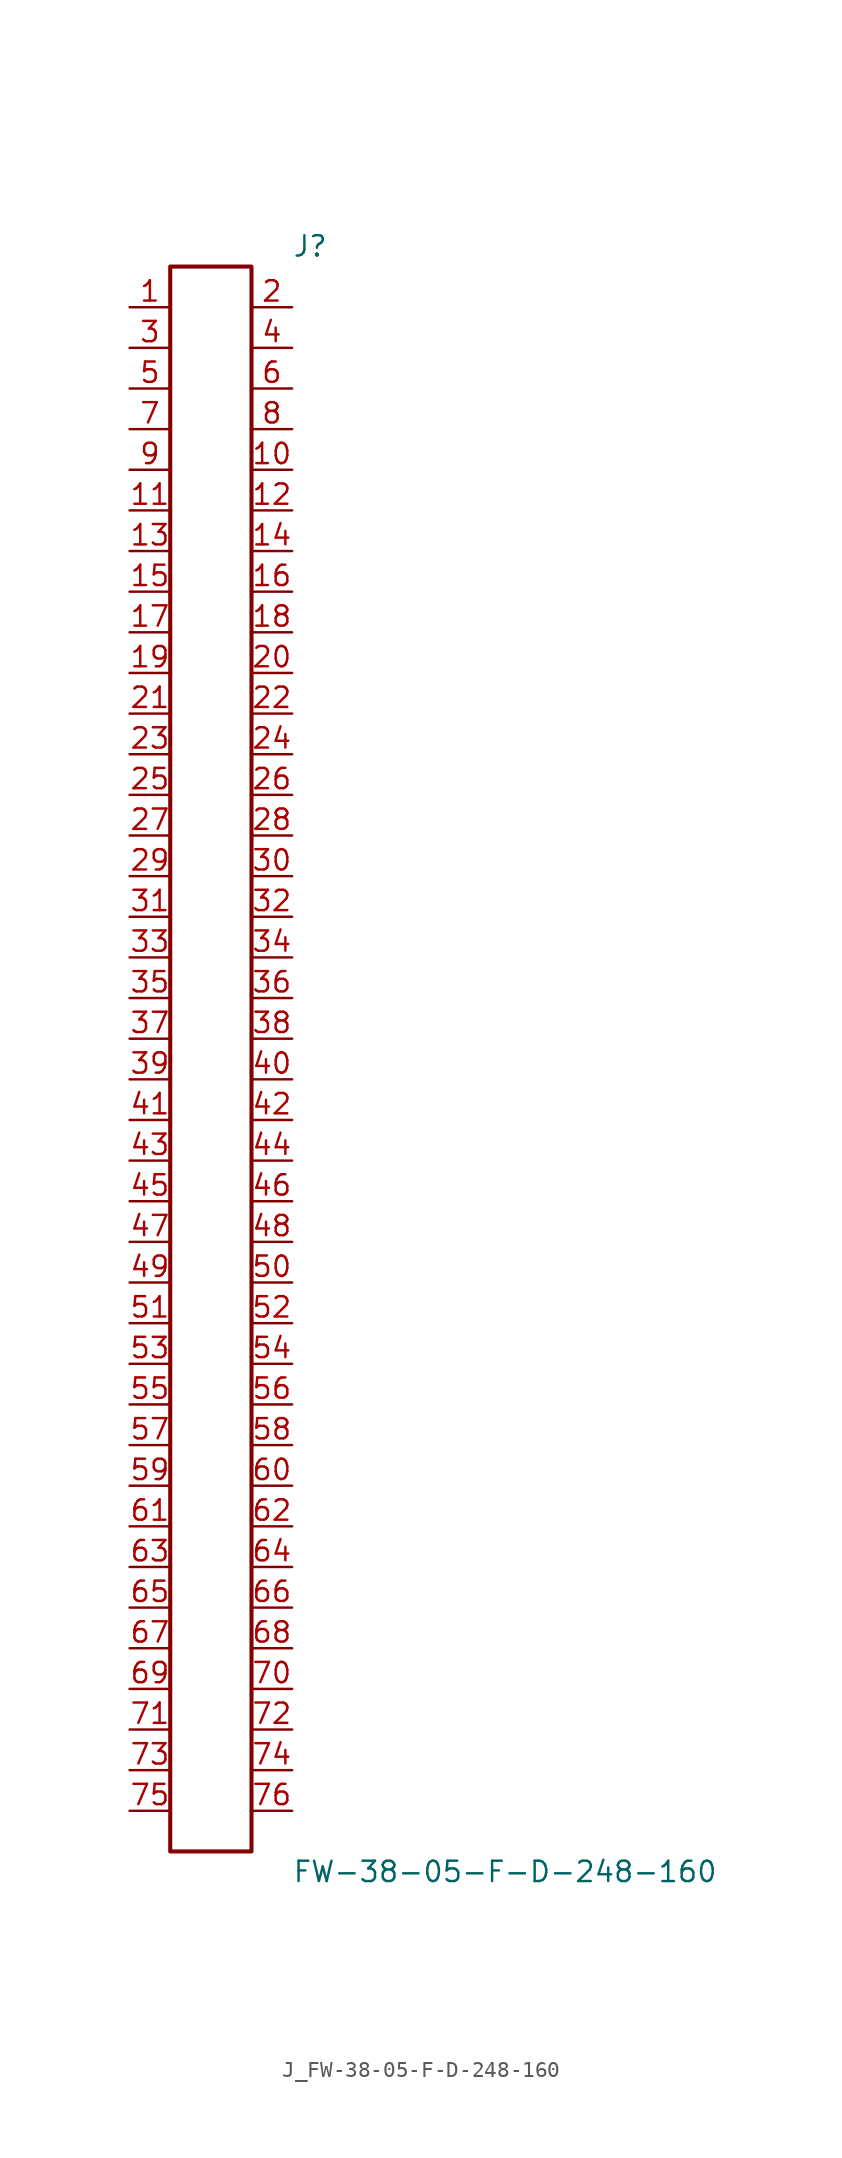
<source format=kicad_sym>
(kicad_symbol_lib
  (version 20231120)
  (generator kicad_symbol_editor)
  (generator_version 8.0)
  (symbol "J_FW-38-05-F-D-248-160"
    (pin_names
      (offset 0.254))
    (property "Reference" "J"
      (at 5.08 50.8 0)
      (effects (font (size 1.27 1.27)) (justify left)))
    (property "Value" "FW-38-05-F-D-248-160"
      (at 5.08 -50.8 0)
      (effects (font (size 1.27 1.27)) (justify left)))
    (symbol "J_FW-38-05-F-D-248-160_0_0"
      (pin passive line (at -5.08 46.99 0) (length 2.54) (name "" (effects (font (size 1.27 1.27)))) (number "1" (effects (font (size 1.27 1.27)))))
      (pin passive line (at 5.08 46.99 180) (length 2.54) (name "" (effects (font (size 1.27 1.27)))) (number "2" (effects (font (size 1.27 1.27)))))
      (pin passive line (at -5.08 44.45 0) (length 2.54) (name "" (effects (font (size 1.27 1.27)))) (number "3" (effects (font (size 1.27 1.27)))))
      (pin passive line (at 5.08 44.45 180) (length 2.54) (name "" (effects (font (size 1.27 1.27)))) (number "4" (effects (font (size 1.27 1.27)))))
      (pin passive line (at -5.08 41.91 0) (length 2.54) (name "" (effects (font (size 1.27 1.27)))) (number "5" (effects (font (size 1.27 1.27)))))
      (pin passive line (at 5.08 41.91 180) (length 2.54) (name "" (effects (font (size 1.27 1.27)))) (number "6" (effects (font (size 1.27 1.27)))))
      (pin passive line (at -5.08 39.37 0) (length 2.54) (name "" (effects (font (size 1.27 1.27)))) (number "7" (effects (font (size 1.27 1.27)))))
      (pin passive line (at 5.08 39.37 180) (length 2.54) (name "" (effects (font (size 1.27 1.27)))) (number "8" (effects (font (size 1.27 1.27)))))
      (pin passive line (at -5.08 36.83 0) (length 2.54) (name "" (effects (font (size 1.27 1.27)))) (number "9" (effects (font (size 1.27 1.27)))))
      (pin passive line (at 5.08 36.83 180) (length 2.54) (name "" (effects (font (size 1.27 1.27)))) (number "10" (effects (font (size 1.27 1.27)))))
      (pin passive line (at -5.08 34.29 0) (length 2.54) (name "" (effects (font (size 1.27 1.27)))) (number "11" (effects (font (size 1.27 1.27)))))
      (pin passive line (at 5.08 34.29 180) (length 2.54) (name "" (effects (font (size 1.27 1.27)))) (number "12" (effects (font (size 1.27 1.27)))))
      (pin passive line (at -5.08 31.75 0) (length 2.54) (name "" (effects (font (size 1.27 1.27)))) (number "13" (effects (font (size 1.27 1.27)))))
      (pin passive line (at 5.08 31.75 180) (length 2.54) (name "" (effects (font (size 1.27 1.27)))) (number "14" (effects (font (size 1.27 1.27)))))
      (pin passive line (at -5.08 29.21 0) (length 2.54) (name "" (effects (font (size 1.27 1.27)))) (number "15" (effects (font (size 1.27 1.27)))))
      (pin passive line (at 5.08 29.21 180) (length 2.54) (name "" (effects (font (size 1.27 1.27)))) (number "16" (effects (font (size 1.27 1.27)))))
      (pin passive line (at -5.08 26.67 0) (length 2.54) (name "" (effects (font (size 1.27 1.27)))) (number "17" (effects (font (size 1.27 1.27)))))
      (pin passive line (at 5.08 26.67 180) (length 2.54) (name "" (effects (font (size 1.27 1.27)))) (number "18" (effects (font (size 1.27 1.27)))))
      (pin passive line (at -5.08 24.13 0) (length 2.54) (name "" (effects (font (size 1.27 1.27)))) (number "19" (effects (font (size 1.27 1.27)))))
      (pin passive line (at 5.08 24.13 180) (length 2.54) (name "" (effects (font (size 1.27 1.27)))) (number "20" (effects (font (size 1.27 1.27)))))
      (pin passive line (at -5.08 21.59 0) (length 2.54) (name "" (effects (font (size 1.27 1.27)))) (number "21" (effects (font (size 1.27 1.27)))))
      (pin passive line (at 5.08 21.59 180) (length 2.54) (name "" (effects (font (size 1.27 1.27)))) (number "22" (effects (font (size 1.27 1.27)))))
      (pin passive line (at -5.08 19.05 0) (length 2.54) (name "" (effects (font (size 1.27 1.27)))) (number "23" (effects (font (size 1.27 1.27)))))
      (pin passive line (at 5.08 19.05 180) (length 2.54) (name "" (effects (font (size 1.27 1.27)))) (number "24" (effects (font (size 1.27 1.27)))))
      (pin passive line (at -5.08 16.51 0) (length 2.54) (name "" (effects (font (size 1.27 1.27)))) (number "25" (effects (font (size 1.27 1.27)))))
      (pin passive line (at 5.08 16.51 180) (length 2.54) (name "" (effects (font (size 1.27 1.27)))) (number "26" (effects (font (size 1.27 1.27)))))
      (pin passive line (at -5.08 13.97 0) (length 2.54) (name "" (effects (font (size 1.27 1.27)))) (number "27" (effects (font (size 1.27 1.27)))))
      (pin passive line (at 5.08 13.97 180) (length 2.54) (name "" (effects (font (size 1.27 1.27)))) (number "28" (effects (font (size 1.27 1.27)))))
      (pin passive line (at -5.08 11.43 0) (length 2.54) (name "" (effects (font (size 1.27 1.27)))) (number "29" (effects (font (size 1.27 1.27)))))
      (pin passive line (at 5.08 11.43 180) (length 2.54) (name "" (effects (font (size 1.27 1.27)))) (number "30" (effects (font (size 1.27 1.27)))))
      (pin passive line (at -5.08 8.89 0) (length 2.54) (name "" (effects (font (size 1.27 1.27)))) (number "31" (effects (font (size 1.27 1.27)))))
      (pin passive line (at 5.08 8.89 180) (length 2.54) (name "" (effects (font (size 1.27 1.27)))) (number "32" (effects (font (size 1.27 1.27)))))
      (pin passive line (at -5.08 6.35 0) (length 2.54) (name "" (effects (font (size 1.27 1.27)))) (number "33" (effects (font (size 1.27 1.27)))))
      (pin passive line (at 5.08 6.35 180) (length 2.54) (name "" (effects (font (size 1.27 1.27)))) (number "34" (effects (font (size 1.27 1.27)))))
      (pin passive line (at -5.08 3.81 0) (length 2.54) (name "" (effects (font (size 1.27 1.27)))) (number "35" (effects (font (size 1.27 1.27)))))
      (pin passive line (at 5.08 3.81 180) (length 2.54) (name "" (effects (font (size 1.27 1.27)))) (number "36" (effects (font (size 1.27 1.27)))))
      (pin passive line (at -5.08 1.27 0) (length 2.54) (name "" (effects (font (size 1.27 1.27)))) (number "37" (effects (font (size 1.27 1.27)))))
      (pin passive line (at 5.08 1.27 180) (length 2.54) (name "" (effects (font (size 1.27 1.27)))) (number "38" (effects (font (size 1.27 1.27)))))
      (pin passive line (at -5.08 -1.27 0) (length 2.54) (name "" (effects (font (size 1.27 1.27)))) (number "39" (effects (font (size 1.27 1.27)))))
      (pin passive line (at 5.08 -1.27 180) (length 2.54) (name "" (effects (font (size 1.27 1.27)))) (number "40" (effects (font (size 1.27 1.27)))))
      (pin passive line (at -5.08 -3.81 0) (length 2.54) (name "" (effects (font (size 1.27 1.27)))) (number "41" (effects (font (size 1.27 1.27)))))
      (pin passive line (at 5.08 -3.81 180) (length 2.54) (name "" (effects (font (size 1.27 1.27)))) (number "42" (effects (font (size 1.27 1.27)))))
      (pin passive line (at -5.08 -6.35 0) (length 2.54) (name "" (effects (font (size 1.27 1.27)))) (number "43" (effects (font (size 1.27 1.27)))))
      (pin passive line (at 5.08 -6.35 180) (length 2.54) (name "" (effects (font (size 1.27 1.27)))) (number "44" (effects (font (size 1.27 1.27)))))
      (pin passive line (at -5.08 -8.89 0) (length 2.54) (name "" (effects (font (size 1.27 1.27)))) (number "45" (effects (font (size 1.27 1.27)))))
      (pin passive line (at 5.08 -8.89 180) (length 2.54) (name "" (effects (font (size 1.27 1.27)))) (number "46" (effects (font (size 1.27 1.27)))))
      (pin passive line (at -5.08 -11.43 0) (length 2.54) (name "" (effects (font (size 1.27 1.27)))) (number "47" (effects (font (size 1.27 1.27)))))
      (pin passive line (at 5.08 -11.43 180) (length 2.54) (name "" (effects (font (size 1.27 1.27)))) (number "48" (effects (font (size 1.27 1.27)))))
      (pin passive line (at -5.08 -13.97 0) (length 2.54) (name "" (effects (font (size 1.27 1.27)))) (number "49" (effects (font (size 1.27 1.27)))))
      (pin passive line (at 5.08 -13.97 180) (length 2.54) (name "" (effects (font (size 1.27 1.27)))) (number "50" (effects (font (size 1.27 1.27)))))
      (pin passive line (at -5.08 -16.51 0) (length 2.54) (name "" (effects (font (size 1.27 1.27)))) (number "51" (effects (font (size 1.27 1.27)))))
      (pin passive line (at 5.08 -16.51 180) (length 2.54) (name "" (effects (font (size 1.27 1.27)))) (number "52" (effects (font (size 1.27 1.27)))))
      (pin passive line (at -5.08 -19.05 0) (length 2.54) (name "" (effects (font (size 1.27 1.27)))) (number "53" (effects (font (size 1.27 1.27)))))
      (pin passive line (at 5.08 -19.05 180) (length 2.54) (name "" (effects (font (size 1.27 1.27)))) (number "54" (effects (font (size 1.27 1.27)))))
      (pin passive line (at -5.08 -21.59 0) (length 2.54) (name "" (effects (font (size 1.27 1.27)))) (number "55" (effects (font (size 1.27 1.27)))))
      (pin passive line (at 5.08 -21.59 180) (length 2.54) (name "" (effects (font (size 1.27 1.27)))) (number "56" (effects (font (size 1.27 1.27)))))
      (pin passive line (at -5.08 -24.13 0) (length 2.54) (name "" (effects (font (size 1.27 1.27)))) (number "57" (effects (font (size 1.27 1.27)))))
      (pin passive line (at 5.08 -24.13 180) (length 2.54) (name "" (effects (font (size 1.27 1.27)))) (number "58" (effects (font (size 1.27 1.27)))))
      (pin passive line (at -5.08 -26.67 0) (length 2.54) (name "" (effects (font (size 1.27 1.27)))) (number "59" (effects (font (size 1.27 1.27)))))
      (pin passive line (at 5.08 -26.67 180) (length 2.54) (name "" (effects (font (size 1.27 1.27)))) (number "60" (effects (font (size 1.27 1.27)))))
      (pin passive line (at -5.08 -29.21 0) (length 2.54) (name "" (effects (font (size 1.27 1.27)))) (number "61" (effects (font (size 1.27 1.27)))))
      (pin passive line (at 5.08 -29.21 180) (length 2.54) (name "" (effects (font (size 1.27 1.27)))) (number "62" (effects (font (size 1.27 1.27)))))
      (pin passive line (at -5.08 -31.75 0) (length 2.54) (name "" (effects (font (size 1.27 1.27)))) (number "63" (effects (font (size 1.27 1.27)))))
      (pin passive line (at 5.08 -31.75 180) (length 2.54) (name "" (effects (font (size 1.27 1.27)))) (number "64" (effects (font (size 1.27 1.27)))))
      (pin passive line (at -5.08 -34.29 0) (length 2.54) (name "" (effects (font (size 1.27 1.27)))) (number "65" (effects (font (size 1.27 1.27)))))
      (pin passive line (at 5.08 -34.29 180) (length 2.54) (name "" (effects (font (size 1.27 1.27)))) (number "66" (effects (font (size 1.27 1.27)))))
      (pin passive line (at -5.08 -36.83 0) (length 2.54) (name "" (effects (font (size 1.27 1.27)))) (number "67" (effects (font (size 1.27 1.27)))))
      (pin passive line (at 5.08 -36.83 180) (length 2.54) (name "" (effects (font (size 1.27 1.27)))) (number "68" (effects (font (size 1.27 1.27)))))
      (pin passive line (at -5.08 -39.37 0) (length 2.54) (name "" (effects (font (size 1.27 1.27)))) (number "69" (effects (font (size 1.27 1.27)))))
      (pin passive line (at 5.08 -39.37 180) (length 2.54) (name "" (effects (font (size 1.27 1.27)))) (number "70" (effects (font (size 1.27 1.27)))))
      (pin passive line (at -5.08 -41.91 0) (length 2.54) (name "" (effects (font (size 1.27 1.27)))) (number "71" (effects (font (size 1.27 1.27)))))
      (pin passive line (at 5.08 -41.91 180) (length 2.54) (name "" (effects (font (size 1.27 1.27)))) (number "72" (effects (font (size 1.27 1.27)))))
      (pin passive line (at -5.08 -44.45 0) (length 2.54) (name "" (effects (font (size 1.27 1.27)))) (number "73" (effects (font (size 1.27 1.27)))))
      (pin passive line (at 5.08 -44.45 180) (length 2.54) (name "" (effects (font (size 1.27 1.27)))) (number "74" (effects (font (size 1.27 1.27)))))
      (pin passive line (at -5.08 -46.99 0) (length 2.54) (name "" (effects (font (size 1.27 1.27)))) (number "75" (effects (font (size 1.27 1.27)))))
      (pin passive line (at 5.08 -46.99 180) (length 2.54) (name "" (effects (font (size 1.27 1.27)))) (number "76" (effects (font (size 1.27 1.27))))))
    (symbol "J_FW-38-05-F-D-248-160_1_0"
      (rectangle (start -2.54 49.53) (end 2.54 -49.53) (stroke (width 0.254) (type solid)) (fill (type none))))))
</source>
